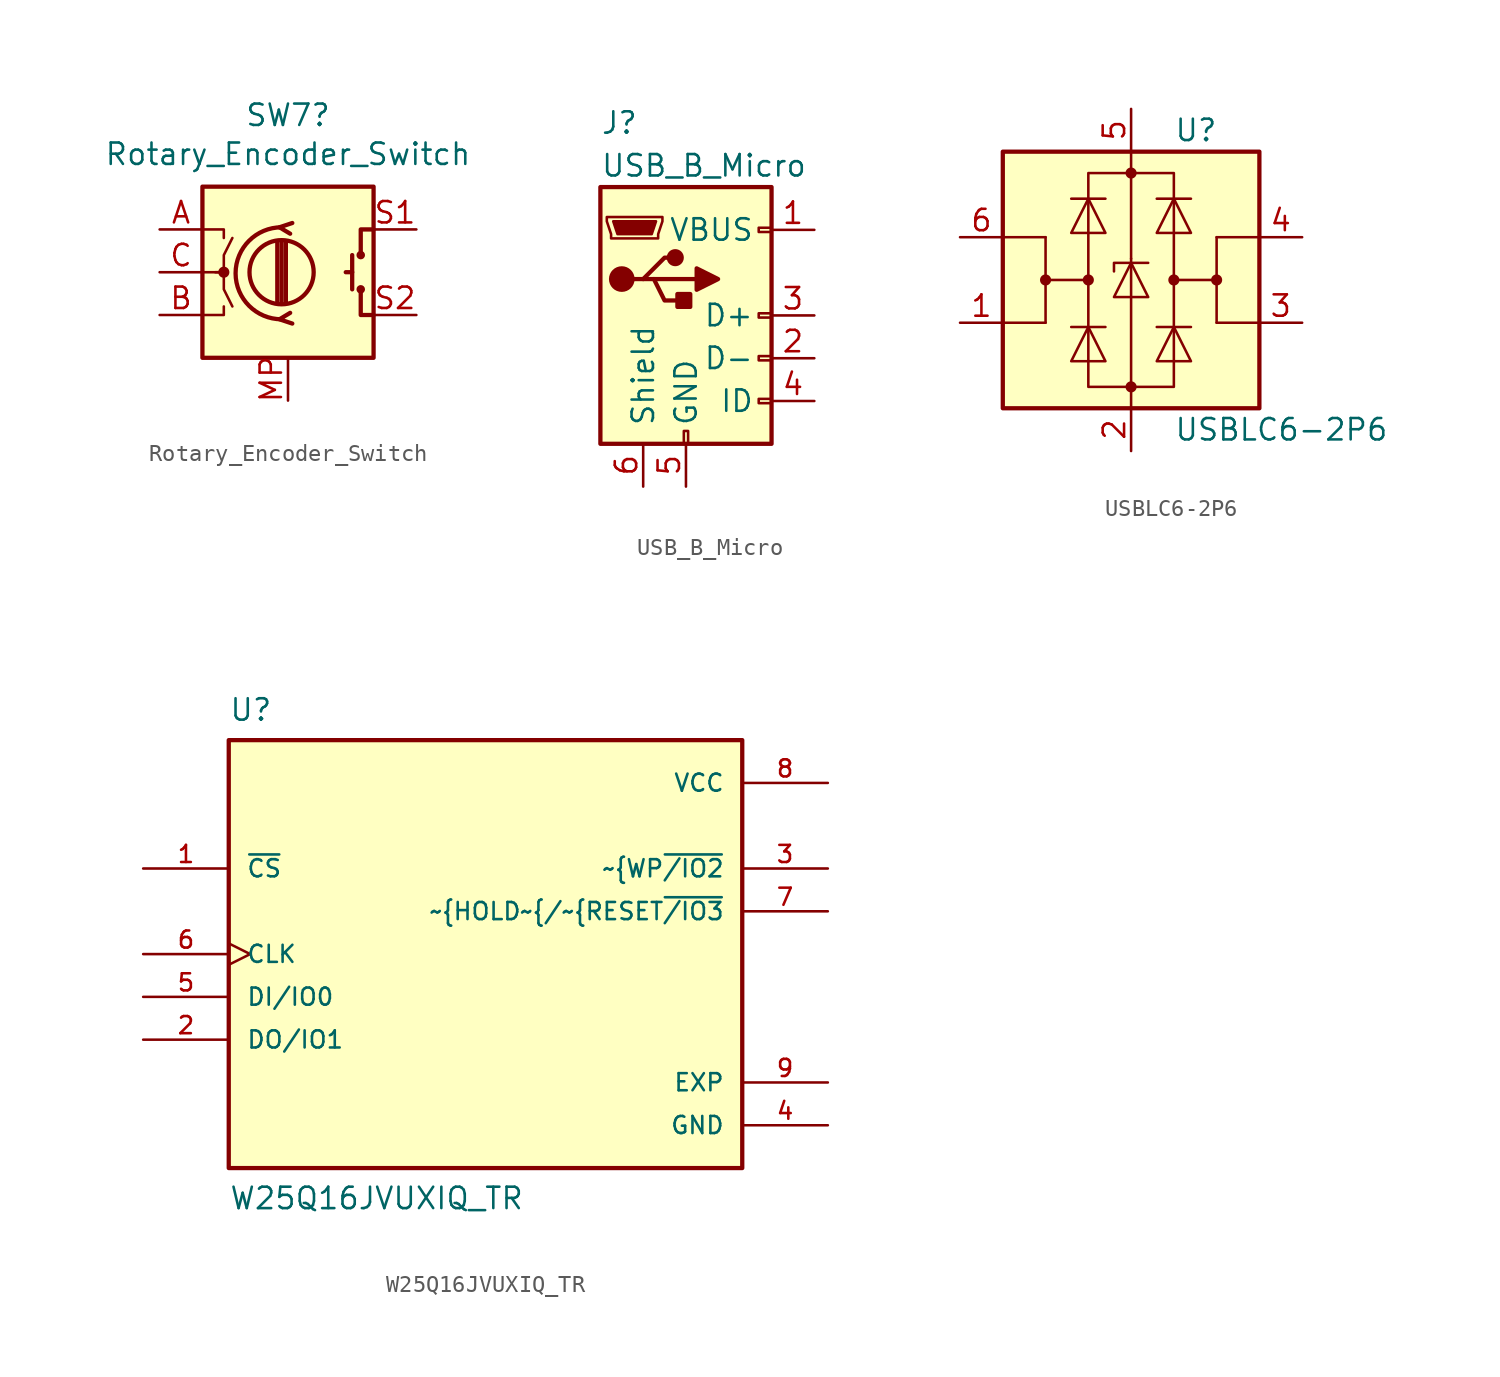
<source format=kicad_sym>
(kicad_symbol_lib
  (version 20220914)
  (generator kicad_symbol_editor)
  (symbol "Rotary_Encoder_Switch"
    (pin_names
      (offset 0.254) hide)
    (property "Reference" "SW7"
      (at 0 9.322 0)
      (effects (font (size 1.27 1.27))))
    (property "Value" "Rotary_Encoder_Switch"
      (at 0 7.01 0)
      (effects (font (size 1.27 1.27))))
    (symbol "Rotary_Encoder_Switch_0_1"
      (rectangle (start -5.08 5.08) (end 5.08 -5.08) (stroke (width 0.254) (type default)) (fill (type background)))
      (circle (center -3.81 0) (radius 0.254) (stroke (width 0) (type default)) (fill (type outline)))
      (circle (center -0.381 0) (radius 1.905) (stroke (width 0.254) (type default)) (fill (type none)))
      (arc (start -0.381 2.667) (mid -3.0988 -0.0635) (end -0.381 -2.794) (stroke (width 0.254) (type default)) (fill (type none)))
      (polyline (pts (xy -0.635 -1.778) (xy -0.635 1.778)) (stroke (width 0.254) (type default)) (fill (type none)))
      (polyline (pts (xy -0.381 -1.778) (xy -0.381 1.778)) (stroke (width 0.254) (type default)) (fill (type none)))
      (polyline (pts (xy -0.127 1.778) (xy -0.127 -1.778)) (stroke (width 0.254) (type default)) (fill (type none)))
      (polyline (pts (xy 3.81 0) (xy 3.429 0)) (stroke (width 0.254) (type default)) (fill (type none)))
      (polyline (pts (xy 3.81 1.016) (xy 3.81 -1.016)) (stroke (width 0.254) (type default)) (fill (type none)))
      (polyline (pts (xy -5.08 -2.54) (xy -3.81 -2.54) (xy -3.81 -2.032)) (stroke (width 0) (type default)) (fill (type none)))
      (polyline (pts (xy -5.08 2.54) (xy -3.81 2.54) (xy -3.81 2.032)) (stroke (width 0) (type default)) (fill (type none)))
      (polyline (pts (xy 0.254 -3.048) (xy -0.508 -2.794) (xy 0.127 -2.413)) (stroke (width 0.254) (type default)) (fill (type none)))
      (polyline (pts (xy 0.254 2.921) (xy -0.508 2.667) (xy 0.127 2.286)) (stroke (width 0.254) (type default)) (fill (type none)))
      (polyline (pts (xy 5.08 -2.54) (xy 4.318 -2.54) (xy 4.318 -1.016)) (stroke (width 0.254) (type default)) (fill (type none)))
      (polyline (pts (xy 5.08 2.54) (xy 4.318 2.54) (xy 4.318 1.016)) (stroke (width 0.254) (type default)) (fill (type none)))
      (polyline (pts (xy -5.08 0) (xy -3.81 0) (xy -3.81 -1.016) (xy -3.302 -2.032)) (stroke (width 0) (type default)) (fill (type none)))
      (polyline (pts (xy -4.318 0) (xy -3.81 0) (xy -3.81 1.016) (xy -3.302 2.032)) (stroke (width 0) (type default)) (fill (type none)))
      (circle (center 4.318 -1.016) (radius 0.127) (stroke (width 0.254) (type default)) (fill (type none)))
      (circle (center 4.318 1.016) (radius 0.127) (stroke (width 0.254) (type default)) (fill (type none))))
    (symbol "Rotary_Encoder_Switch_1_1"
      (pin passive line (at -7.62 2.54 0) (length 2.54) (name "A" (effects (font (size 1.27 1.27)))) (number "A" (effects (font (size 1.27 1.27)))))
      (pin passive line (at -7.62 -2.54 0) (length 2.54) (name "B" (effects (font (size 1.27 1.27)))) (number "B" (effects (font (size 1.27 1.27)))))
      (pin passive line (at -7.62 0 0) (length 2.54) (name "C" (effects (font (size 1.27 1.27)))) (number "C" (effects (font (size 1.27 1.27)))))
      (pin passive line (at 0 -7.62 90) (length 2.54) (name "MP" (effects (font (size 1.27 1.27)))) (number "MP" (effects (font (size 1.27 1.27)))))
      (pin passive line (at 7.62 2.54 180) (length 2.54) (name "S1" (effects (font (size 1.27 1.27)))) (number "S1" (effects (font (size 1.27 1.27)))))
      (pin passive line (at 7.62 -2.54 180) (length 2.54) (name "S2" (effects (font (size 1.27 1.27)))) (number "S2" (effects (font (size 1.27 1.27)))))))
  (symbol "USB_B_Micro"
    (pin_names
      (offset 1.016))
    (property "Reference" "J"
      (at -5.08 11.43 0)
      (effects (font (size 1.27 1.27)) (justify left)))
    (property "Value" "USB_B_Micro"
      (at -5.08 8.89 0)
      (effects (font (size 1.27 1.27)) (justify left)))
    (symbol "USB_B_Micro_0_1"
      (rectangle (start -5.08 -7.62) (end 5.08 7.62) (stroke (width 0.254) (type solid)) (fill (type background)))
      (circle (center -3.81 2.159) (radius 0.635) (stroke (width 0.254) (type solid)) (fill (type outline)))
      (circle (center -0.635 3.429) (radius 0.381) (stroke (width 0.254) (type solid)) (fill (type outline)))
      (rectangle (start -0.127 -7.62) (end 0.127 -6.858) (stroke (width 0) (type solid)) (fill (type none)))
      (polyline (pts (xy -1.905 2.159) (xy 0.635 2.159)) (stroke (width 0.254) (type solid)) (fill (type none)))
      (polyline (pts (xy -3.175 2.159) (xy -2.54 2.159) (xy -1.27 3.429) (xy -0.635 3.429)) (stroke (width 0.254) (type solid)) (fill (type none)))
      (polyline (pts (xy -2.54 2.159) (xy -1.905 2.159) (xy -1.27 0.889) (xy 0 0.889)) (stroke (width 0.254) (type solid)) (fill (type none)))
      (polyline (pts (xy 0.635 2.794) (xy 0.635 1.524) (xy 1.905 2.159) (xy 0.635 2.794)) (stroke (width 0.254) (type solid)) (fill (type outline)))
      (polyline (pts (xy -4.318 5.588) (xy -1.778 5.588) (xy -2.032 4.826) (xy -4.064 4.826) (xy -4.318 5.588)) (stroke (width 0) (type solid)) (fill (type outline)))
      (polyline (pts (xy -4.699 5.842) (xy -4.699 5.588) (xy -4.445 4.826) (xy -4.445 4.572) (xy -1.651 4.572) (xy -1.651 4.826) (xy -1.397 5.588) (xy -1.397 5.842) (xy -4.699 5.842)) (stroke (width 0) (type solid)) (fill (type none)))
      (rectangle (start 0.254 1.27) (end -0.508 0.508) (stroke (width 0.254) (type solid)) (fill (type outline)))
      (rectangle (start 5.08 -5.207) (end 4.318 -4.953) (stroke (width 0) (type solid)) (fill (type none)))
      (rectangle (start 5.08 -2.667) (end 4.318 -2.413) (stroke (width 0) (type solid)) (fill (type none)))
      (rectangle (start 5.08 -0.127) (end 4.318 0.127) (stroke (width 0) (type solid)) (fill (type none)))
      (rectangle (start 5.08 4.953) (end 4.318 5.207) (stroke (width 0) (type solid)) (fill (type none))))
    (symbol "USB_B_Micro_1_1"
      (pin power_out line (at 7.62 5.08 180) (length 2.54) (name "VBUS" (effects (font (size 1.27 1.27)))) (number "1" (effects (font (size 1.27 1.27)))))
      (pin passive line (at 7.62 -2.54 180) (length 2.54) (name "D-" (effects (font (size 1.27 1.27)))) (number "2" (effects (font (size 1.27 1.27)))))
      (pin passive line (at 7.62 0 180) (length 2.54) (name "D+" (effects (font (size 1.27 1.27)))) (number "3" (effects (font (size 1.27 1.27)))))
      (pin passive line (at 7.62 -5.08 180) (length 2.54) (name "ID" (effects (font (size 1.27 1.27)))) (number "4" (effects (font (size 1.27 1.27)))))
      (pin power_out line (at 0 -10.16 90) (length 2.54) (name "GND" (effects (font (size 1.27 1.27)))) (number "5" (effects (font (size 1.27 1.27)))))
      (pin passive line (at -2.54 -10.16 90) (length 2.54) (name "Shield" (effects (font (size 1.27 1.27)))) (number "6" (effects (font (size 1.27 1.27)))))))
  (symbol "USBLC6-2P6"
    (pin_names hide)
    (property "Reference" "U"
      (at 2.54 8.89 0)
      (effects (font (size 1.27 1.27)) (justify left)))
    (property "Value" "USBLC6-2P6"
      (at 2.54 -8.89 0)
      (effects (font (size 1.27 1.27)) (justify left)))
    (symbol "USBLC6-2P6_0_1"
      (rectangle (start -7.62 -7.62) (end 7.62 7.62) (stroke (width 0.254) (type default)) (fill (type background)))
      (circle (center -5.08 0) (radius 0.254) (stroke (width 0) (type default)) (fill (type outline)))
      (circle (center -2.54 0) (radius 0.254) (stroke (width 0) (type default)) (fill (type outline)))
      (rectangle (start -2.54 6.35) (end 2.54 -6.35) (stroke (width 0) (type default)) (fill (type none)))
      (circle (center 0 -6.35) (radius 0.254) (stroke (width 0) (type default)) (fill (type outline)))
      (polyline (pts (xy -5.08 -2.54) (xy -7.62 -2.54)) (stroke (width 0) (type default)) (fill (type none)))
      (polyline (pts (xy -5.08 0) (xy -5.08 -2.54)) (stroke (width 0) (type default)) (fill (type none)))
      (polyline (pts (xy -5.08 2.54) (xy -7.62 2.54)) (stroke (width 0) (type default)) (fill (type none)))
      (polyline (pts (xy -1.524 -2.794) (xy -3.556 -2.794)) (stroke (width 0) (type default)) (fill (type none)))
      (polyline (pts (xy -1.524 4.826) (xy -3.556 4.826)) (stroke (width 0) (type default)) (fill (type none)))
      (polyline (pts (xy 0 -7.62) (xy 0 -6.35)) (stroke (width 0) (type default)) (fill (type none)))
      (polyline (pts (xy 0 -6.35) (xy 0 1.27)) (stroke (width 0) (type default)) (fill (type none)))
      (polyline (pts (xy 0 1.27) (xy 0 6.35)) (stroke (width 0) (type default)) (fill (type none)))
      (polyline (pts (xy 0 6.35) (xy 0 7.62)) (stroke (width 0) (type default)) (fill (type none)))
      (polyline (pts (xy 1.524 -2.794) (xy 3.556 -2.794)) (stroke (width 0) (type default)) (fill (type none)))
      (polyline (pts (xy 1.524 4.826) (xy 3.556 4.826)) (stroke (width 0) (type default)) (fill (type none)))
      (polyline (pts (xy 5.08 -2.54) (xy 7.62 -2.54)) (stroke (width 0) (type default)) (fill (type none)))
      (polyline (pts (xy 5.08 0) (xy 5.08 -2.54)) (stroke (width 0) (type default)) (fill (type none)))
      (polyline (pts (xy 5.08 2.54) (xy 7.62 2.54)) (stroke (width 0) (type default)) (fill (type none)))
      (polyline (pts (xy -2.54 0) (xy -5.08 0) (xy -5.08 2.54)) (stroke (width 0) (type default)) (fill (type none)))
      (polyline (pts (xy 2.54 0) (xy 5.08 0) (xy 5.08 2.54)) (stroke (width 0) (type default)) (fill (type none)))
      (polyline (pts (xy -3.556 -4.826) (xy -1.524 -4.826) (xy -2.54 -2.794) (xy -3.556 -4.826)) (stroke (width 0) (type default)) (fill (type none)))
      (polyline (pts (xy -3.556 2.794) (xy -1.524 2.794) (xy -2.54 4.826) (xy -3.556 2.794)) (stroke (width 0) (type default)) (fill (type none)))
      (polyline (pts (xy -1.016 -1.016) (xy 1.016 -1.016) (xy 0 1.016) (xy -1.016 -1.016)) (stroke (width 0) (type default)) (fill (type none)))
      (polyline (pts (xy 1.016 1.016) (xy 0.762 1.016) (xy -1.016 1.016) (xy -1.016 0.508)) (stroke (width 0) (type default)) (fill (type none)))
      (polyline (pts (xy 3.556 -4.826) (xy 1.524 -4.826) (xy 2.54 -2.794) (xy 3.556 -4.826)) (stroke (width 0) (type default)) (fill (type none)))
      (polyline (pts (xy 3.556 2.794) (xy 1.524 2.794) (xy 2.54 4.826) (xy 3.556 2.794)) (stroke (width 0) (type default)) (fill (type none)))
      (circle (center 0 6.35) (radius 0.254) (stroke (width 0) (type default)) (fill (type outline)))
      (circle (center 2.54 0) (radius 0.254) (stroke (width 0) (type default)) (fill (type outline)))
      (circle (center 5.08 0) (radius 0.254) (stroke (width 0) (type default)) (fill (type outline))))
    (symbol "USBLC6-2P6_1_1"
      (pin passive line (at -10.16 -2.54 0) (length 2.54) (name "I/O1" (effects (font (size 1.27 1.27)))) (number "1" (effects (font (size 1.27 1.27)))))
      (pin passive line (at 0 -10.16 90) (length 2.54) (name "GND" (effects (font (size 1.27 1.27)))) (number "2" (effects (font (size 1.27 1.27)))))
      (pin passive line (at 10.16 -2.54 180) (length 2.54) (name "I/O2" (effects (font (size 1.27 1.27)))) (number "3" (effects (font (size 1.27 1.27)))))
      (pin passive line (at 10.16 2.54 180) (length 2.54) (name "I/O2" (effects (font (size 1.27 1.27)))) (number "4" (effects (font (size 1.27 1.27)))))
      (pin passive line (at 0 10.16 270) (length 2.54) (name "VBUS" (effects (font (size 1.27 1.27)))) (number "5" (effects (font (size 1.27 1.27)))))
      (pin passive line (at -10.16 2.54 0) (length 2.54) (name "I/O1" (effects (font (size 1.27 1.27)))) (number "6" (effects (font (size 1.27 1.27)))))))
  (symbol "W25Q16JVUXIQ_TR"
    (pin_names
      (offset 1.016))
    (property "Reference" "U"
      (at -15.24 15.24 0)
      (effects (font (size 1.27 1.27)) (justify left top)))
    (property "Value" "W25Q16JVUXIQ_TR"
      (at -15.24 -15.24 0)
      (effects (font (size 1.27 1.27)) (justify left bottom)))
    (symbol "W25Q16JVUXIQ_TR_0_0"
      (rectangle (start -15.24 -12.7) (end 15.24 12.7) (stroke (width 0.254) (type default)) (fill (type background)))
      (pin input line (at -20.32 5.08 0) (length 5.08) (name "~{CS}" (effects (font (size 1.016 1.016)))) (number "1" (effects (font (size 1.016 1.016)))))
      (pin bidirectional line (at -20.32 -5.08 0) (length 5.08) (name "DO/IO1" (effects (font (size 1.016 1.016)))) (number "2" (effects (font (size 1.016 1.016)))))
      (pin bidirectional line (at 20.32 5.08 180) (length 5.08) (name "~{WP~{/IO2}" (effects (font (size 1.016 1.016)))) (number "3" (effects (font (size 1.016 1.016)))))
      (pin power_in line (at 20.32 -10.16 180) (length 5.08) (name "GND" (effects (font (size 1.016 1.016)))) (number "4" (effects (font (size 1.016 1.016)))))
      (pin bidirectional line (at -20.32 -2.54 0) (length 5.08) (name "DI/IO0" (effects (font (size 1.016 1.016)))) (number "5" (effects (font (size 1.016 1.016)))))
      (pin input clock (at -20.32 0 0) (length 5.08) (name "CLK" (effects (font (size 1.016 1.016)))) (number "6" (effects (font (size 1.016 1.016)))))
      (pin bidirectional line (at 20.32 2.54 180) (length 5.08) (name "~{HOLD~{/~{RESET~{/IO3}" (effects (font (size 1.016 1.016)))) (number "7" (effects (font (size 1.016 1.016)))))
      (pin power_in line (at 20.32 10.16 180) (length 5.08) (name "VCC" (effects (font (size 1.016 1.016)))) (number "8" (effects (font (size 1.016 1.016)))))
      (pin passive line (at 20.32 -7.62 180) (length 5.08) (name "EXP" (effects (font (size 1.016 1.016)))) (number "9" (effects (font (size 1.016 1.016))))))))
</source>
